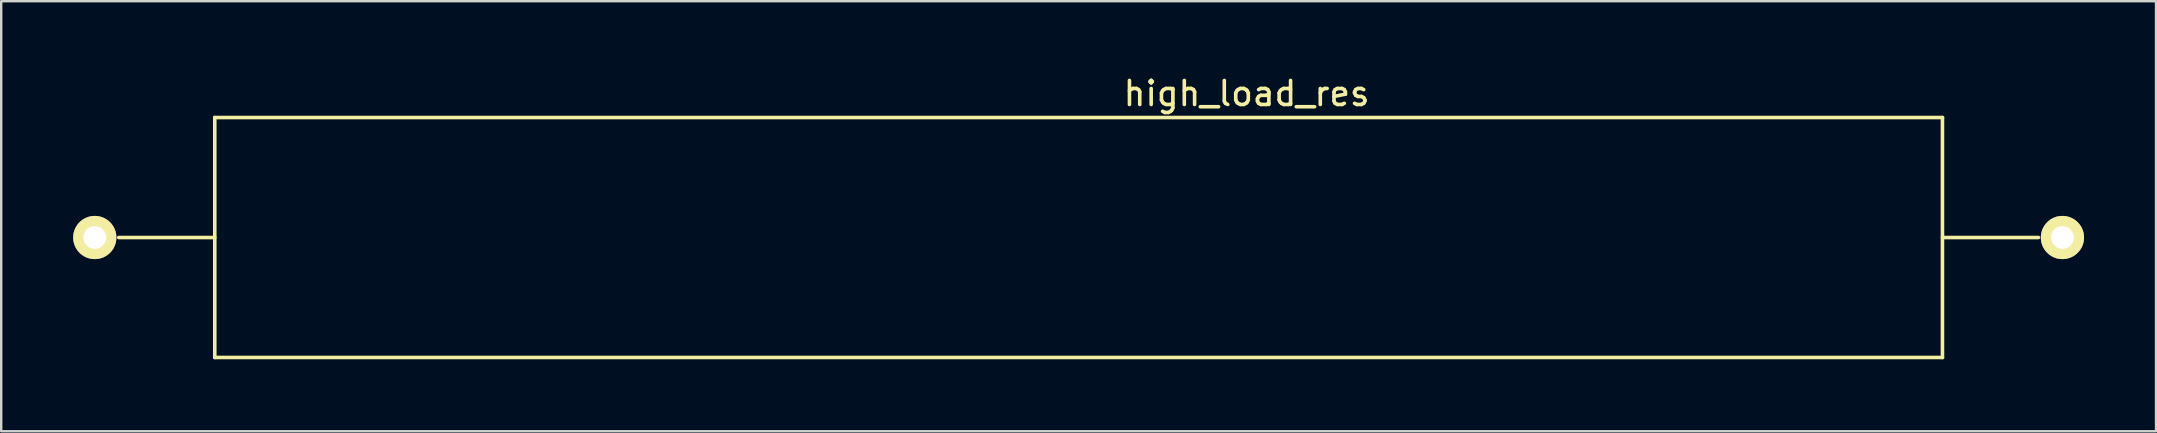
<source format=kicad_pcb>
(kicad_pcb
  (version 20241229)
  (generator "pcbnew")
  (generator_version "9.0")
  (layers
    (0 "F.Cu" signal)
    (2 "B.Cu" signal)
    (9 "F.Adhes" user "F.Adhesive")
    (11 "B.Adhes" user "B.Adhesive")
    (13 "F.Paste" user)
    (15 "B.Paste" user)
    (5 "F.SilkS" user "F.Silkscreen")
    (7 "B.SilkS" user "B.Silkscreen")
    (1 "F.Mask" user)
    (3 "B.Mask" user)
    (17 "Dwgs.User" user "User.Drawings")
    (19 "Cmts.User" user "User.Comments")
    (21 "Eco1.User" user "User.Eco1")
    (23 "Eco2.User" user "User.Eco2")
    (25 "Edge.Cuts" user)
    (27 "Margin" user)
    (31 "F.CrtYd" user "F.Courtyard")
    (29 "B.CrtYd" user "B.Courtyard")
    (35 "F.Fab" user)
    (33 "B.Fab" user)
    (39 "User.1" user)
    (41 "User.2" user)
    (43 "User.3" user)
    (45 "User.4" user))
  (footprint "high_load_res"
    (layer "F.Cu")
    (at 41.9 6.848)
    (property "Reference" "high_load_res" (at 7 -6 0) (layer "F.SilkS") (effects (font (size 1 1) (thickness 0.15))))
    (attr through_hole)
    (fp_line (start -36 -5) (end -36 5) (stroke (width 0.15) (type solid)) (layer "F.SilkS"))
    (fp_line (start -36 0) (end -40 0) (stroke (width 0.15) (type solid)) (layer "F.SilkS"))
    (fp_line (start -36 5) (end 36 5) (stroke (width 0.15) (type solid)) (layer "F.SilkS"))
    (fp_line (start 36 -5) (end -36 -5) (stroke (width 0.15) (type solid)) (layer "F.SilkS"))
    (fp_line (start 36 0) (end 40 0) (stroke (width 0.15) (type solid)) (layer "F.SilkS"))
    (fp_line (start 36 5) (end 36 -5) (stroke (width 0.15) (type solid)) (layer "F.SilkS"))
    (pad "1" thru_hole circle (at -41 0) (size 1.8 1.8) (drill 0.95) (layers "*.Cu" "*.Mask" "F.SilkS"))
    (pad "2" thru_hole circle (at 41 0) (size 1.8 1.8) (drill 0.95) (layers "*.Cu" "*.Mask" "F.SilkS")))
  (gr_rect
    (start -3 -3)
    (end 86.8 14.923)
    (stroke (width 0.1) (type default))
    (fill no)
    (layer "Edge.Cuts")))
</source>
